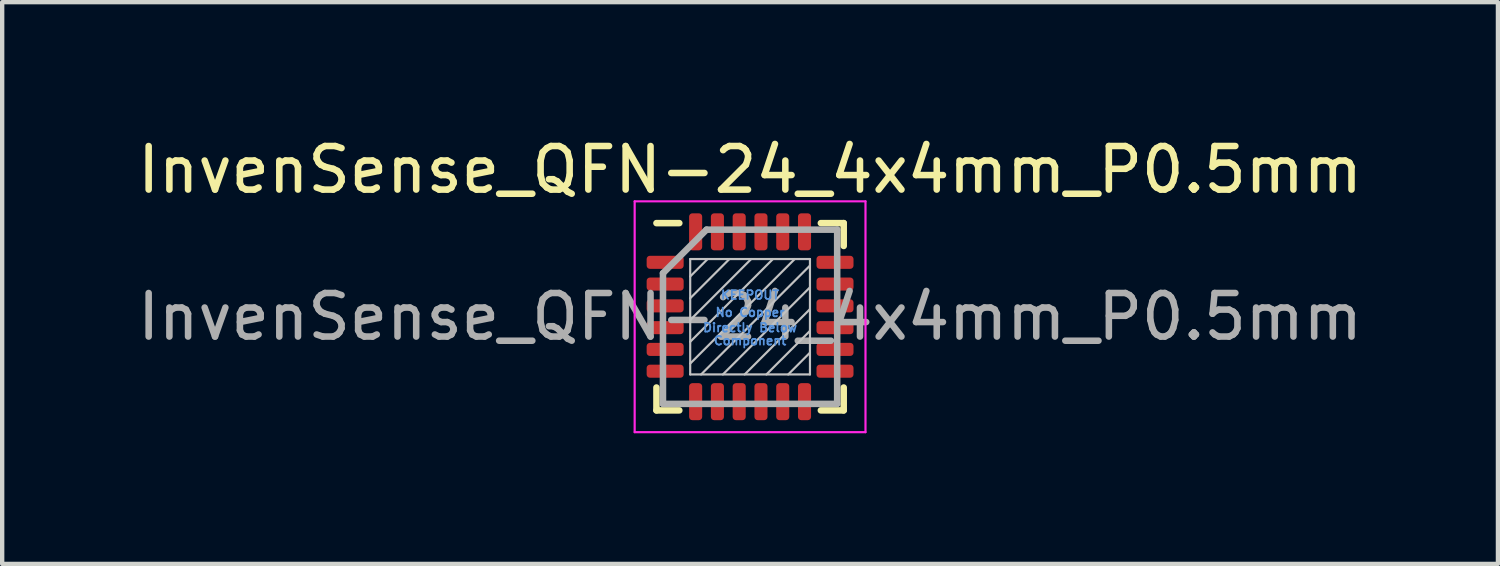
<source format=kicad_pcb>
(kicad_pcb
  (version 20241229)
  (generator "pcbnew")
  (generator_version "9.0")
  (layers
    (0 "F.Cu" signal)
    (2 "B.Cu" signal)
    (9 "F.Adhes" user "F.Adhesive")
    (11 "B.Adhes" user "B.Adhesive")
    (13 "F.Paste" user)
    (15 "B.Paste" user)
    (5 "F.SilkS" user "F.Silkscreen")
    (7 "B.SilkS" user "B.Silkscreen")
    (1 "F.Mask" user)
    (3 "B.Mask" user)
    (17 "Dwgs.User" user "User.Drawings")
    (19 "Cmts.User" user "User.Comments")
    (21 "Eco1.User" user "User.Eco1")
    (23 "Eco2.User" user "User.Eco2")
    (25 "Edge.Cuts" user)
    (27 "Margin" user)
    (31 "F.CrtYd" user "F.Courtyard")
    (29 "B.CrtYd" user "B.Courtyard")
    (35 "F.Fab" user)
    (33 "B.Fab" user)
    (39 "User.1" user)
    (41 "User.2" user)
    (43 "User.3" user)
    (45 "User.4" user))
  (footprint "InvenSense_QFN-24_4x4mm_P0.5mm"
    (layer "F.Cu")
    (at 14.173 4.223)
    (property "Reference" "InvenSense_QFN-24_4x4mm_P0.5mm" (at 0 -3.375 0) (layer "F.SilkS") (effects (font (size 1 1) (thickness 0.15))))
    (attr smd)
    (fp_line (start -2.15 -2.15) (end -1.625 -2.15) (stroke (width 0.15) (type solid)) (layer "F.SilkS"))
    (fp_line (start -2.15 2.15) (end -2.15 1.625) (stroke (width 0.15) (type solid)) (layer "F.SilkS"))
    (fp_line (start -2.15 2.15) (end -1.625 2.15) (stroke (width 0.15) (type solid)) (layer "F.SilkS"))
    (fp_line (start 2.15 -2.15) (end 1.625 -2.15) (stroke (width 0.15) (type solid)) (layer "F.SilkS"))
    (fp_line (start 2.15 -2.15) (end 2.15 -1.625) (stroke (width 0.15) (type solid)) (layer "F.SilkS"))
    (fp_line (start 2.15 2.15) (end 1.625 2.15) (stroke (width 0.15) (type solid)) (layer "F.SilkS"))
    (fp_line (start 2.15 2.15) (end 2.15 1.625) (stroke (width 0.15) (type solid)) (layer "F.SilkS"))
    (fp_line (start -1.375 1.325) (end -1.375 -1.325) (stroke (width 0.05) (type solid)) (layer "Dwgs.User"))
    (fp_line (start -0.975 -1.325) (end -1.375 -0.925) (stroke (width 0.05) (type solid)) (layer "Dwgs.User"))
    (fp_line (start -0.475 -1.325) (end -1.375 -0.425) (stroke (width 0.05) (type solid)) (layer "Dwgs.User"))
    (fp_line (start 0.025 -1.325) (end -1.375 0.075) (stroke (width 0.05) (type solid)) (layer "Dwgs.User"))
    (fp_line (start 0.525 -1.325) (end -1.375 0.575) (stroke (width 0.05) (type solid)) (layer "Dwgs.User"))
    (fp_line (start 1.025 -1.325) (end -1.375 1.075) (stroke (width 0.05) (type solid)) (layer "Dwgs.User"))
    (fp_line (start 1.375 -1.325) (end -1.375 -1.325) (stroke (width 0.05) (type solid)) (layer "Dwgs.User"))
    (fp_line (start 1.375 -1.175) (end -1.125 1.325) (stroke (width 0.05) (type solid)) (layer "Dwgs.User"))
    (fp_line (start 1.375 -0.675) (end -0.625 1.325) (stroke (width 0.05) (type solid)) (layer "Dwgs.User"))
    (fp_line (start 1.375 -0.175) (end -0.125 1.325) (stroke (width 0.05) (type solid)) (layer "Dwgs.User"))
    (fp_line (start 1.375 0.325) (end 0.375 1.325) (stroke (width 0.05) (type solid)) (layer "Dwgs.User"))
    (fp_line (start 1.375 0.825) (end 0.875 1.325) (stroke (width 0.05) (type solid)) (layer "Dwgs.User"))
    (fp_line (start 1.375 1.325) (end -1.375 1.325) (stroke (width 0.05) (type solid)) (layer "Dwgs.User"))
    (fp_line (start 1.375 1.325) (end 1.375 -1.325) (stroke (width 0.05) (type solid)) (layer "Dwgs.User"))
    (fp_line (start -2.65 -2.65) (end -2.65 2.65) (stroke (width 0.05) (type solid)) (layer "F.CrtYd"))
    (fp_line (start -2.65 -2.65) (end 2.65 -2.65) (stroke (width 0.05) (type solid)) (layer "F.CrtYd"))
    (fp_line (start -2.65 2.65) (end 2.65 2.65) (stroke (width 0.05) (type solid)) (layer "F.CrtYd"))
    (fp_line (start 2.65 -2.65) (end 2.65 2.65) (stroke (width 0.05) (type solid)) (layer "F.CrtYd"))
    (fp_line (start -2 -1) (end -1 -2) (stroke (width 0.15) (type solid)) (layer "F.Fab"))
    (fp_line (start -2 2) (end -2 -1) (stroke (width 0.15) (type solid)) (layer "F.Fab"))
    (fp_line (start -1 -2) (end 2 -2) (stroke (width 0.15) (type solid)) (layer "F.Fab"))
    (fp_line (start 2 -2) (end 2 2) (stroke (width 0.15) (type solid)) (layer "F.Fab"))
    (fp_line (start 2 2) (end -2 2) (stroke (width 0.15) (type solid)) (layer "F.Fab"))
    (fp_text user "Directly Below" (at 0 0.25 0) (layer "Cmts.User") (effects (font (size 0.2 0.2) (thickness 0.04))))
    (fp_text user "No Copper" (at 0 -0.1 0) (layer "Cmts.User") (effects (font (size 0.2 0.2) (thickness 0.04))))
    (fp_text user "KEEPOUT" (at 0 -0.5 0) (layer "Cmts.User") (effects (font (size 0.2 0.2) (thickness 0.04))))
    (fp_text user "Component" (at 0 0.55 0) (layer "Cmts.User") (effects (font (size 0.2 0.2) (thickness 0.04))))
    (fp_text user "${REFERENCE}" (at 0 0 0) (layer "F.Fab") (effects (font (size 1 1) (thickness 0.15))))
    (pad "1" smd roundrect (at -1.95 -1.25) (size 0.85 0.3) (layers "F.Cu" "F.Mask" "F.Paste") (roundrect_rratio 0.25))
    (pad "2" smd roundrect (at -1.95 -0.75) (size 0.85 0.3) (layers "F.Cu" "F.Mask" "F.Paste") (roundrect_rratio 0.25))
    (pad "3" smd roundrect (at -1.95 -0.25) (size 0.85 0.3) (layers "F.Cu" "F.Mask" "F.Paste") (roundrect_rratio 0.25))
    (pad "4" smd roundrect (at -1.95 0.25) (size 0.85 0.3) (layers "F.Cu" "F.Mask" "F.Paste") (roundrect_rratio 0.25))
    (pad "5" smd roundrect (at -1.95 0.75) (size 0.85 0.3) (layers "F.Cu" "F.Mask" "F.Paste") (roundrect_rratio 0.25))
    (pad "6" smd roundrect (at -1.95 1.25) (size 0.85 0.3) (layers "F.Cu" "F.Mask" "F.Paste") (roundrect_rratio 0.25))
    (pad "7" smd roundrect (at -1.25 1.95 90) (size 0.85 0.3) (layers "F.Cu" "F.Mask" "F.Paste") (roundrect_rratio 0.25))
    (pad "8" smd roundrect (at -0.75 1.95 90) (size 0.85 0.3) (layers "F.Cu" "F.Mask" "F.Paste") (roundrect_rratio 0.25))
    (pad "9" smd roundrect (at -0.25 1.95 90) (size 0.85 0.3) (layers "F.Cu" "F.Mask" "F.Paste") (roundrect_rratio 0.25))
    (pad "10" smd roundrect (at 0.25 1.95 90) (size 0.85 0.3) (layers "F.Cu" "F.Mask" "F.Paste") (roundrect_rratio 0.25))
    (pad "11" smd roundrect (at 0.75 1.95 90) (size 0.85 0.3) (layers "F.Cu" "F.Mask" "F.Paste") (roundrect_rratio 0.25))
    (pad "12" smd roundrect (at 1.25 1.95 90) (size 0.85 0.3) (layers "F.Cu" "F.Mask" "F.Paste") (roundrect_rratio 0.25))
    (pad "13" smd roundrect (at 1.95 1.25) (size 0.85 0.3) (layers "F.Cu" "F.Mask" "F.Paste") (roundrect_rratio 0.25))
    (pad "14" smd roundrect (at 1.95 0.75) (size 0.85 0.3) (layers "F.Cu" "F.Mask" "F.Paste") (roundrect_rratio 0.25))
    (pad "15" smd roundrect (at 1.95 0.25) (size 0.85 0.3) (layers "F.Cu" "F.Mask" "F.Paste") (roundrect_rratio 0.25))
    (pad "16" smd roundrect (at 1.95 -0.25) (size 0.85 0.3) (layers "F.Cu" "F.Mask" "F.Paste") (roundrect_rratio 0.25))
    (pad "17" smd roundrect (at 1.95 -0.75) (size 0.85 0.3) (layers "F.Cu" "F.Mask" "F.Paste") (roundrect_rratio 0.25))
    (pad "18" smd roundrect (at 1.95 -1.25) (size 0.85 0.3) (layers "F.Cu" "F.Mask" "F.Paste") (roundrect_rratio 0.25))
    (pad "19" smd roundrect (at 1.25 -1.95 90) (size 0.85 0.3) (layers "F.Cu" "F.Mask" "F.Paste") (roundrect_rratio 0.25))
    (pad "20" smd roundrect (at 0.75 -1.95 90) (size 0.85 0.3) (layers "F.Cu" "F.Mask" "F.Paste") (roundrect_rratio 0.25))
    (pad "21" smd roundrect (at 0.25 -1.95 90) (size 0.85 0.3) (layers "F.Cu" "F.Mask" "F.Paste") (roundrect_rratio 0.25))
    (pad "22" smd roundrect (at -0.25 -1.95 90) (size 0.85 0.3) (layers "F.Cu" "F.Mask" "F.Paste") (roundrect_rratio 0.25))
    (pad "23" smd roundrect (at -0.75 -1.95 90) (size 0.85 0.3) (layers "F.Cu" "F.Mask" "F.Paste") (roundrect_rratio 0.25))
    (pad "24" smd roundrect (at -1.25 -1.95 90) (size 0.85 0.3) (layers "F.Cu" "F.Mask" "F.Paste") (roundrect_rratio 0.25)))
  (gr_rect
    (start -3 -3)
    (end 31.345 9.898)
    (stroke (width 0.1) (type default))
    (fill no)
    (layer "Edge.Cuts")))
</source>
